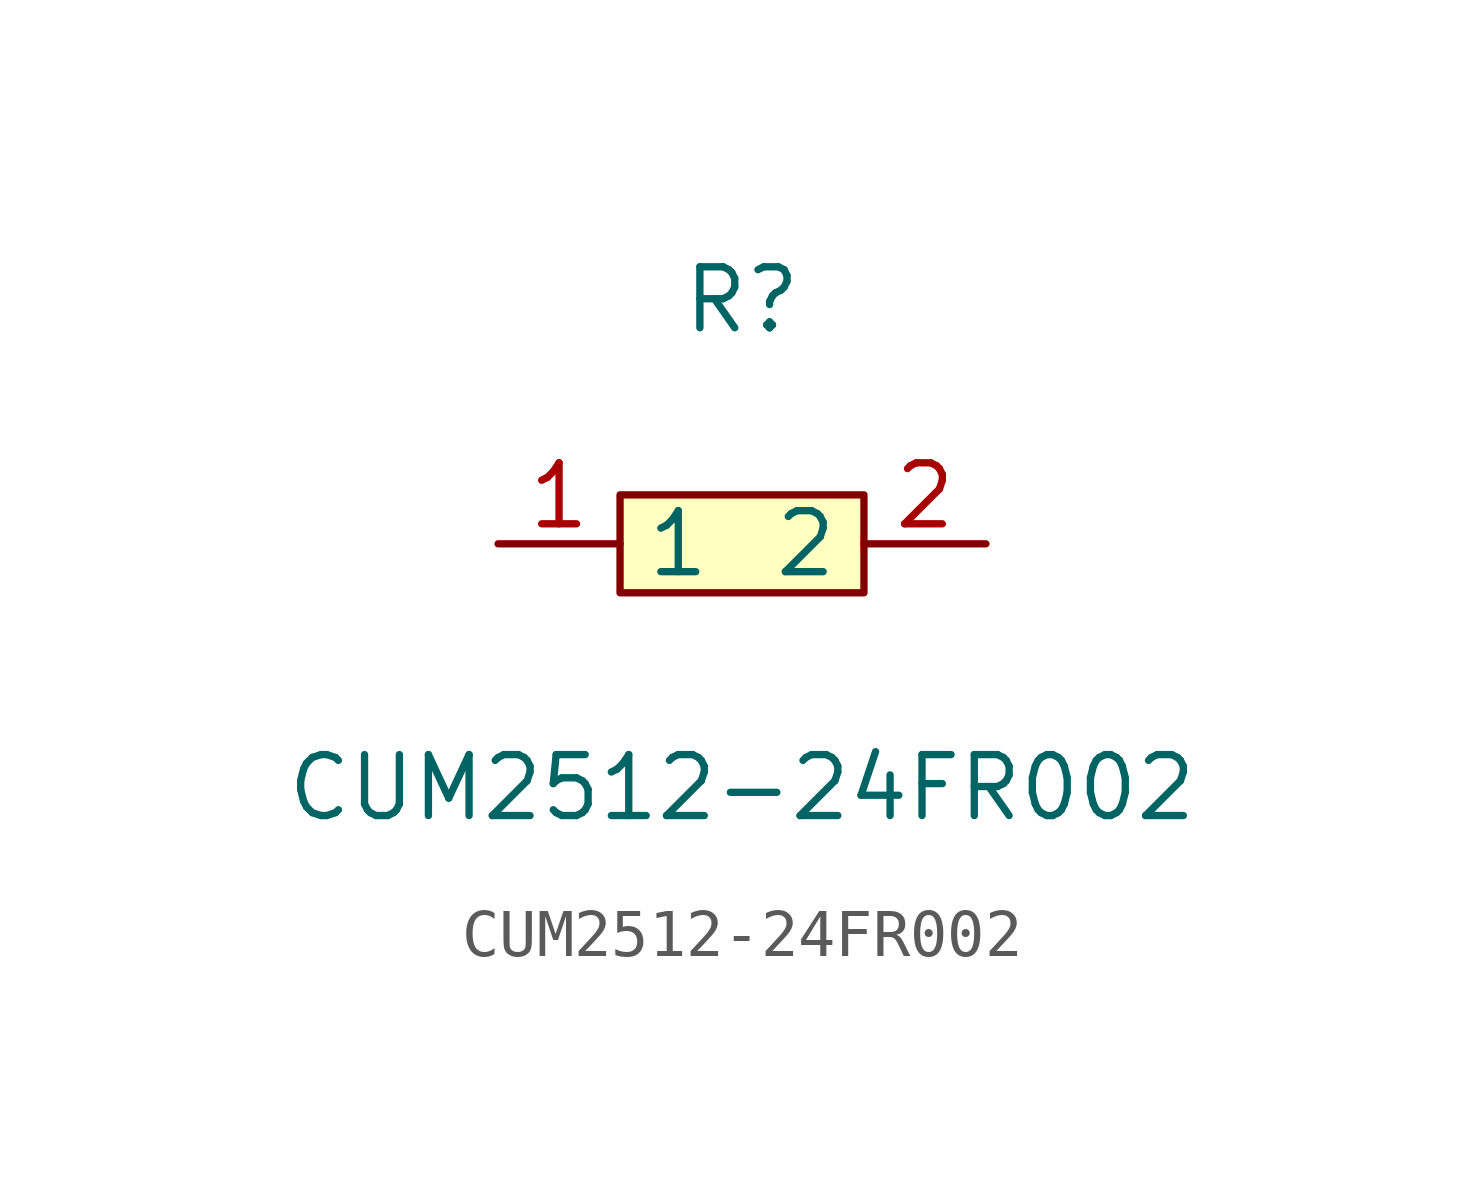
<source format=kicad_sym>
(kicad_symbol_lib
  (version 20211014)
  (generator https://github.com/uPesy/easyeda2kicad.py)
  (symbol "CUM2512-24FR002"
    (property "Reference" "R"
      (at 0 5.08 0)
      (effects (font (size 1.27 1.27))))
    (property "Value" "CUM2512-24FR002"
      (at 0 -5.08 0)
      (effects (font (size 1.27 1.27))))
    (symbol "CUM2512-24FR002_0_1"
      (rectangle (start -2.54 1.02) (end 2.54 -1.02) (stroke (width 0) (type default) (color 0 0 0 0)) (fill (type background)))
      (pin unspecified line (at 5.08 -0.00 180) (length 2.54) (name "2" (effects (font (size 1.27 1.27)))) (number "2" (effects (font (size 1.27 1.27)))))
      (pin unspecified line (at -5.08 -0.00 0) (length 2.54) (name "1" (effects (font (size 1.27 1.27)))) (number "1" (effects (font (size 1.27 1.27))))))))
</source>
